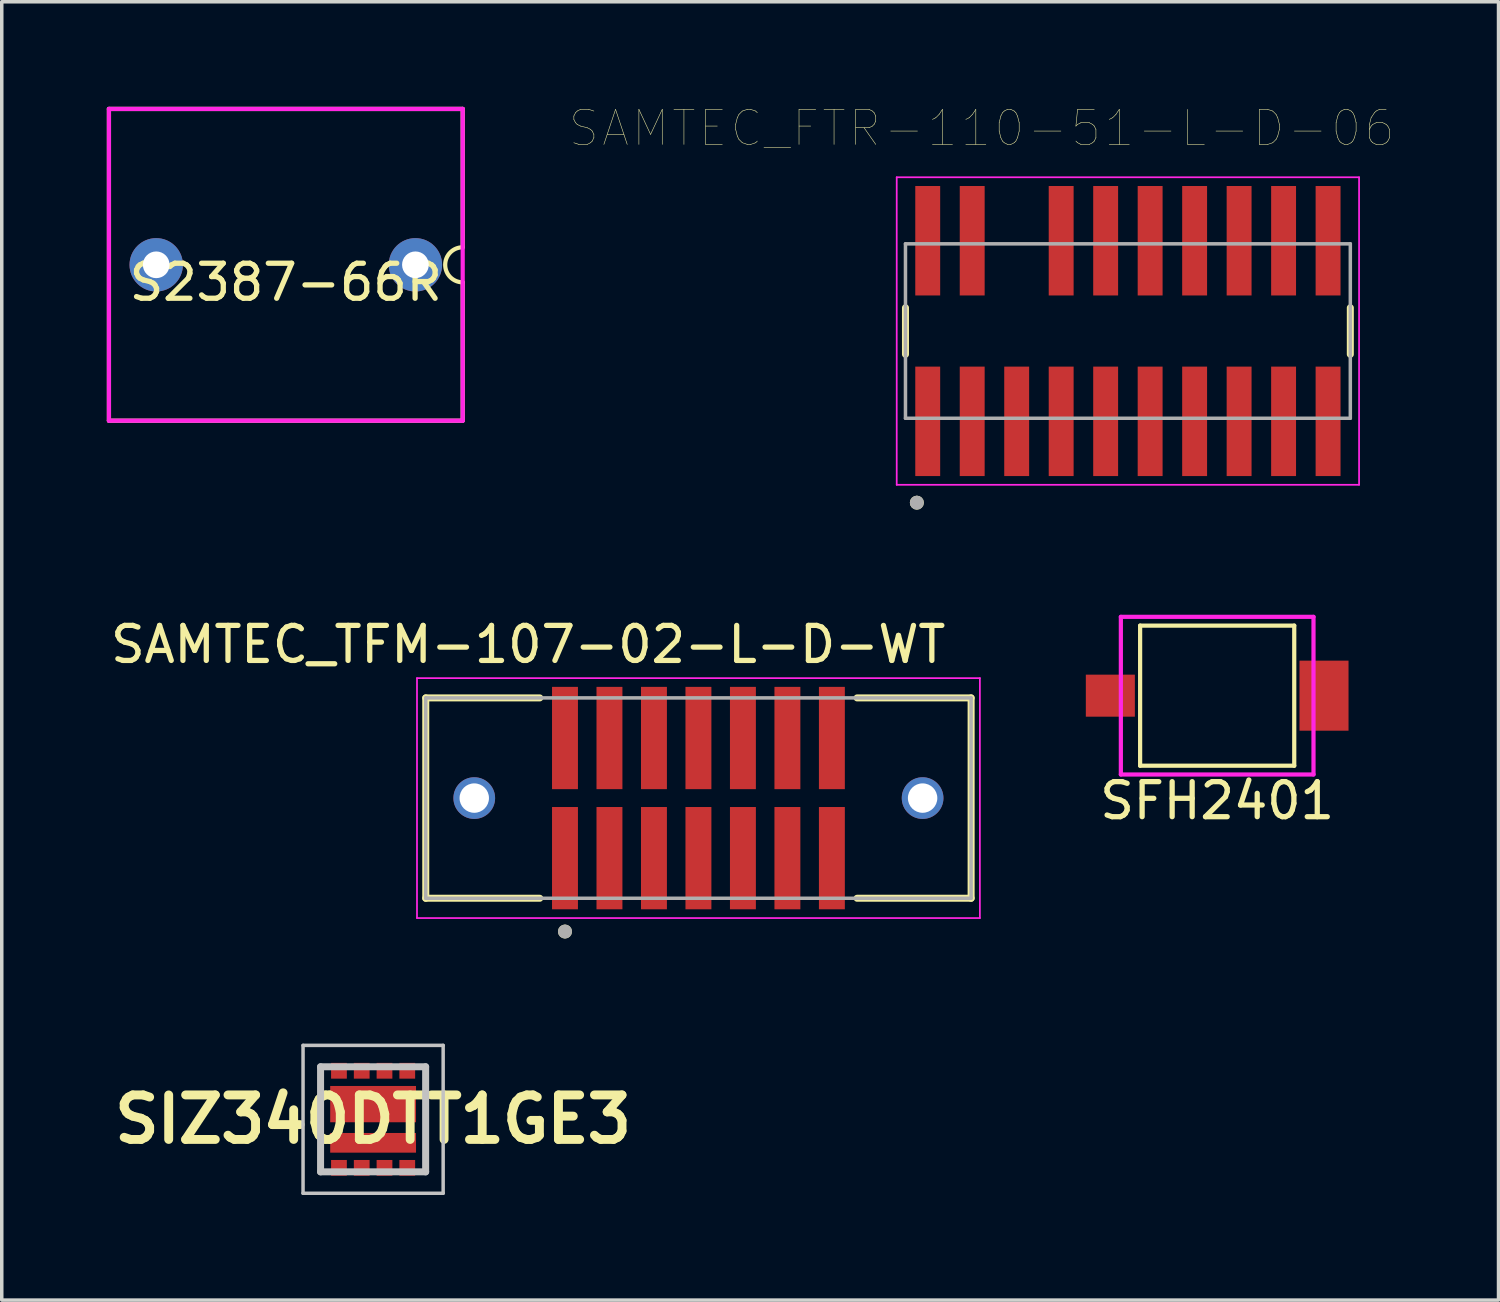
<source format=kicad_pcb>
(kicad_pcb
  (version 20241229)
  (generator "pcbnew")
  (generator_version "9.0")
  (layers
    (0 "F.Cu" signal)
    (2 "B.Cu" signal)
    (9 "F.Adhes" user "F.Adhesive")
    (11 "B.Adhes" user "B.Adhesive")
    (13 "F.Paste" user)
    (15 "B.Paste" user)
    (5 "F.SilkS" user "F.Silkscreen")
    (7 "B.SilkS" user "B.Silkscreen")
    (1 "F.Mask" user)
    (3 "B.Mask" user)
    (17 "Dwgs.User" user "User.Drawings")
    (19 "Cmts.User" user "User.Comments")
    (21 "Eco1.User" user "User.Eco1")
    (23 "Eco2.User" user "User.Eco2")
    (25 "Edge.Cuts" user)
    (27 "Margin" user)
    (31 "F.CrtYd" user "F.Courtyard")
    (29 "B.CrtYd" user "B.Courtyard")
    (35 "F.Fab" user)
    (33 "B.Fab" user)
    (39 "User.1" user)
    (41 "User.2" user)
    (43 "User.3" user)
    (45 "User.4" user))
  (footprint "SIZ340DTT1GE3"
    (layer "F.Cu")
    (at 7.602 28.906)
    (property "Reference" "SIZ340DTT1GE3" (at 0 0 0) (layer "F.SilkS") (effects (font (size 1.27 1.27) (thickness 0.254))))
    (attr smd)
    (fp_line (start -1.5 -1.5) (end -1.5 1.5) (stroke (width 0.1) (type solid)) (layer "F.SilkS"))
    (fp_line (start 1.5 1.5) (end 1.5 -1.5) (stroke (width 0.1) (type solid)) (layer "F.SilkS"))
    (fp_line (start -2 -2.111) (end 2 -2.111) (stroke (width 0.1) (type solid)) (layer "Dwgs.User"))
    (fp_line (start -2 2.111) (end -2 -2.111) (stroke (width 0.1) (type solid)) (layer "Dwgs.User"))
    (fp_line (start -1.5 -1.5) (end 1.5 -1.5) (stroke (width 0.2) (type solid)) (layer "Dwgs.User"))
    (fp_line (start -1.5 1.5) (end -1.5 -1.5) (stroke (width 0.2) (type solid)) (layer "Dwgs.User"))
    (fp_line (start 1.5 -1.5) (end 1.5 1.5) (stroke (width 0.2) (type solid)) (layer "Dwgs.User"))
    (fp_line (start 1.5 1.5) (end -1.5 1.5) (stroke (width 0.2) (type solid)) (layer "Dwgs.User"))
    (fp_line (start 2 -2.111) (end 2 2.111) (stroke (width 0.1) (type solid)) (layer "Dwgs.User"))
    (fp_line (start 2 2.111) (end -2 2.111) (stroke (width 0.1) (type solid)) (layer "Dwgs.User"))
    (pad "1" smd rect (at -0.975 1.386 90) (size 0.45 0.45) (layers "F.Cu" "F.Mask" "F.Paste"))
    (pad "2" smd rect (at -0.325 1.386 90) (size 0.45 0.45) (layers "F.Cu" "F.Mask" "F.Paste"))
    (pad "3" smd rect (at 0.325 1.386 90) (size 0.45 0.45) (layers "F.Cu" "F.Mask" "F.Paste"))
    (pad "4" smd rect (at 0.975 1.386 90) (size 0.45 0.45) (layers "F.Cu" "F.Mask" "F.Paste"))
    (pad "5" smd rect (at 0.975 -1.386 90) (size 0.45 0.45) (layers "F.Cu" "F.Mask" "F.Paste"))
    (pad "6" smd rect (at 0.325 -1.386 90) (size 0.45 0.45) (layers "F.Cu" "F.Mask" "F.Paste"))
    (pad "7" smd rect (at -0.325 -1.386 90) (size 0.45 0.45) (layers "F.Cu" "F.Mask" "F.Paste"))
    (pad "8" smd rect (at -0.975 -1.386 90) (size 0.45 0.45) (layers "F.Cu" "F.Mask" "F.Paste"))
    (pad "9" smd rect (at 0 -0.434 90) (size 1.036 2.45) (layers "F.Cu" "F.Mask" "F.Paste"))
    (pad "10" smd rect (at 0 0.671 90) (size 0.562 2.45) (layers "F.Cu" "F.Mask" "F.Paste")))
  (footprint "SAMTEC_FTR-110-51-L-D-06"
    (layer "F.Cu")
    (at 29.151 6.401)
    (property "Reference" "SAMTEC_FTR-110-51-L-D-06" (at -4.175 -5.79 0) (layer "F.SilkS") (effects (font (size 1 1) (thickness 0.015))))
    (attr through_hole)
    (fp_line (start -6.35 0.665) (end -6.35 -0.665) (stroke (width 0.2) (type solid)) (layer "F.SilkS"))
    (fp_line (start 6.35 0.665) (end 6.35 -0.665) (stroke (width 0.2) (type solid)) (layer "F.SilkS"))
    (fp_circle (center -6.025 4.9) (end -5.925 4.9) (stroke (width 0.2) (type solid)) (fill no) (layer "F.SilkS"))
    (fp_line (start -6.6 -4.39) (end 6.6 -4.39) (stroke (width 0.05) (type solid)) (layer "F.CrtYd"))
    (fp_line (start -6.6 4.39) (end -6.6 -4.39) (stroke (width 0.05) (type solid)) (layer "F.CrtYd"))
    (fp_line (start 6.6 -4.39) (end 6.6 4.39) (stroke (width 0.05) (type solid)) (layer "F.CrtYd"))
    (fp_line (start 6.6 4.39) (end -6.6 4.39) (stroke (width 0.05) (type solid)) (layer "F.CrtYd"))
    (fp_line (start -6.35 -2.49) (end 6.35 -2.49) (stroke (width 0.1) (type solid)) (layer "F.Fab"))
    (fp_line (start -6.35 2.49) (end -6.35 -2.49) (stroke (width 0.1) (type solid)) (layer "F.Fab"))
    (fp_line (start 6.35 -2.49) (end 6.35 2.49) (stroke (width 0.1) (type solid)) (layer "F.Fab"))
    (fp_line (start 6.35 2.49) (end -6.35 2.49) (stroke (width 0.1) (type solid)) (layer "F.Fab"))
    (fp_circle (center -6.025 4.9) (end -5.925 4.9) (stroke (width 0.2) (type solid)) (fill no) (layer "F.Fab"))
    (pad "1" smd rect (at -5.715 2.578) (size 0.711 3.125) (layers "F.Cu" "F.Mask" "F.Paste"))
    (pad "2" smd rect (at -5.715 -2.578) (size 0.711 3.125) (layers "F.Cu" "F.Mask" "F.Paste"))
    (pad "3" smd rect (at -4.445 2.578) (size 0.711 3.125) (layers "F.Cu" "F.Mask" "F.Paste"))
    (pad "4" smd rect (at -4.445 -2.578) (size 0.711 3.125) (layers "F.Cu" "F.Mask" "F.Paste"))
    (pad "5" smd rect (at -3.175 2.578) (size 0.711 3.125) (layers "F.Cu" "F.Mask" "F.Paste"))
    (pad "7" smd rect (at -1.905 2.578) (size 0.711 3.125) (layers "F.Cu" "F.Mask" "F.Paste"))
    (pad "8" smd rect (at -1.905 -2.578) (size 0.711 3.125) (layers "F.Cu" "F.Mask" "F.Paste"))
    (pad "9" smd rect (at -0.635 2.578) (size 0.711 3.125) (layers "F.Cu" "F.Mask" "F.Paste"))
    (pad "10" smd rect (at -0.635 -2.578) (size 0.711 3.125) (layers "F.Cu" "F.Mask" "F.Paste"))
    (pad "11" smd rect (at 0.635 2.578) (size 0.711 3.125) (layers "F.Cu" "F.Mask" "F.Paste"))
    (pad "12" smd rect (at 0.635 -2.578) (size 0.711 3.125) (layers "F.Cu" "F.Mask" "F.Paste"))
    (pad "13" smd rect (at 1.905 2.578) (size 0.711 3.125) (layers "F.Cu" "F.Mask" "F.Paste"))
    (pad "14" smd rect (at 1.905 -2.578) (size 0.711 3.125) (layers "F.Cu" "F.Mask" "F.Paste"))
    (pad "15" smd rect (at 3.175 2.578) (size 0.711 3.125) (layers "F.Cu" "F.Mask" "F.Paste"))
    (pad "16" smd rect (at 3.175 -2.578) (size 0.711 3.125) (layers "F.Cu" "F.Mask" "F.Paste"))
    (pad "17" smd rect (at 4.445 2.578) (size 0.711 3.125) (layers "F.Cu" "F.Mask" "F.Paste"))
    (pad "18" smd rect (at 4.445 -2.578) (size 0.711 3.125) (layers "F.Cu" "F.Mask" "F.Paste"))
    (pad "19" smd rect (at 5.715 2.578) (size 0.711 3.125) (layers "F.Cu" "F.Mask" "F.Paste"))
    (pad "20" smd rect (at 5.715 -2.578) (size 0.711 3.125) (layers "F.Cu" "F.Mask" "F.Paste")))
  (footprint "S2387-66R"
    (layer "F.Cu")
    (at 5.11 4.51)
    (property "Reference" "S2387-66R" (at 0 0.5 0) (layer "F.SilkS") (effects (font (size 1 1) (thickness 0.15))))
    (attr through_hole)
    (fp_line (start -5.05 -4.45) (end 5.05 -4.45) (stroke (width 0.12) (type solid)) (layer "F.SilkS"))
    (fp_line (start -5.05 4.45) (end -5.05 -4.45) (stroke (width 0.12) (type solid)) (layer "F.SilkS"))
    (fp_line (start 5.05 -4.45) (end 5.05 -0.5) (stroke (width 0.12) (type solid)) (layer "F.SilkS"))
    (fp_line (start 5.05 0.5) (end 5.05 4.45) (stroke (width 0.12) (type solid)) (layer "F.SilkS"))
    (fp_line (start 5.05 4.45) (end -5.05 4.45) (stroke (width 0.12) (type solid)) (layer "F.SilkS"))
    (fp_arc (start 5.05 0.5) (mid 4.55 0) (end 5.05 -0.5) (stroke (width 0.12) (type solid)) (layer "F.SilkS"))
    (fp_line (start -5.05 -4.45) (end 5.05 -4.45) (stroke (width 0.12) (type solid)) (layer "F.CrtYd"))
    (fp_line (start -5.05 4.45) (end -5.05 -4.45) (stroke (width 0.12) (type solid)) (layer "F.CrtYd"))
    (fp_line (start 5.05 -4.45) (end 5.05 4.45) (stroke (width 0.12) (type solid)) (layer "F.CrtYd"))
    (fp_line (start 5.05 4.45) (end -5.05 4.45) (stroke (width 0.12) (type solid)) (layer "F.CrtYd"))
    (pad "1" thru_hole circle (at -3.7 0) (size 1.524 1.524) (drill 0.762) (layers "*.Cu" "*.Mask"))
    (pad "2" thru_hole circle (at 3.7 0) (size 1.524 1.524) (drill 0.762) (layers "*.Cu" "*.Mask")))
  (footprint "SAMTEC_TFM-107-02-L-D-WT"
    (layer "F.Cu")
    (at 16.89 19.735)
    (property "Reference" "SAMTEC_TFM-107-02-L-D-WT" (at -4.86 -4.385 0) (layer "F.SilkS") (effects (font (size 1 1) (thickness 0.15))))
    (attr smd)
    (fp_line (start -7.785 -2.86) (end -7.785 2.86) (stroke (width 0.2) (type solid)) (layer "F.SilkS"))
    (fp_line (start -7.785 -2.86) (end -4.53 -2.86) (stroke (width 0.2) (type solid)) (layer "F.SilkS"))
    (fp_line (start -7.785 2.86) (end -4.53 2.86) (stroke (width 0.2) (type solid)) (layer "F.SilkS"))
    (fp_line (start 7.785 -2.86) (end 4.53 -2.86) (stroke (width 0.2) (type solid)) (layer "F.SilkS"))
    (fp_line (start 7.785 -2.86) (end 7.785 2.86) (stroke (width 0.2) (type solid)) (layer "F.SilkS"))
    (fp_line (start 7.785 2.86) (end 4.53 2.86) (stroke (width 0.2) (type solid)) (layer "F.SilkS"))
    (fp_circle (center -3.81 3.81) (end -3.71 3.81) (stroke (width 0.2) (type solid)) (fill no) (layer "F.SilkS"))
    (fp_circle (center -6.4 0) (end -5.923 0) (stroke (width 0.955) (type solid)) (fill no) (layer "F.Paste"))
    (fp_circle (center 6.4 0) (end 6.878 0) (stroke (width 0.955) (type solid)) (fill no) (layer "F.Paste"))
    (fp_line (start -8.035 -3.425) (end -8.035 3.425) (stroke (width 0.05) (type solid)) (layer "F.CrtYd"))
    (fp_line (start -8.035 -3.425) (end 8.035 -3.425) (stroke (width 0.05) (type solid)) (layer "F.CrtYd"))
    (fp_line (start 8.035 -3.425) (end 8.035 3.425) (stroke (width 0.05) (type solid)) (layer "F.CrtYd"))
    (fp_line (start 8.035 3.425) (end -8.035 3.425) (stroke (width 0.05) (type solid)) (layer "F.CrtYd"))
    (fp_line (start -7.785 -2.86) (end -7.785 2.86) (stroke (width 0.1) (type solid)) (layer "F.Fab"))
    (fp_line (start -7.785 -2.86) (end 7.785 -2.86) (stroke (width 0.1) (type solid)) (layer "F.Fab"))
    (fp_line (start -7.785 2.86) (end 7.785 2.86) (stroke (width 0.1) (type solid)) (layer "F.Fab"))
    (fp_line (start 7.785 -2.86) (end 7.785 2.86) (stroke (width 0.1) (type solid)) (layer "F.Fab"))
    (fp_circle (center -3.81 3.81) (end -3.71 3.81) (stroke (width 0.2) (type solid)) (fill no) (layer "F.Fab"))
    (pad "01" smd rect (at -3.81 1.715) (size 0.74 2.92) (layers "F.Cu" "F.Mask" "F.Paste"))
    (pad "02" smd rect (at -3.81 -1.715) (size 0.74 2.92) (layers "F.Cu" "F.Mask" "F.Paste"))
    (pad "03" smd rect (at -2.54 1.715) (size 0.74 2.92) (layers "F.Cu" "F.Mask" "F.Paste"))
    (pad "04" smd rect (at -2.54 -1.715) (size 0.74 2.92) (layers "F.Cu" "F.Mask" "F.Paste"))
    (pad "05" smd rect (at -1.27 1.715) (size 0.74 2.92) (layers "F.Cu" "F.Mask" "F.Paste"))
    (pad "06" smd rect (at -1.27 -1.715) (size 0.74 2.92) (layers "F.Cu" "F.Mask" "F.Paste"))
    (pad "07" smd rect (at 0 1.715) (size 0.74 2.92) (layers "F.Cu" "F.Mask" "F.Paste"))
    (pad "08" smd rect (at 0 -1.715) (size 0.74 2.92) (layers "F.Cu" "F.Mask" "F.Paste"))
    (pad "09" smd rect (at 1.27 1.715) (size 0.74 2.92) (layers "F.Cu" "F.Mask" "F.Paste"))
    (pad "10" smd rect (at 1.27 -1.715) (size 0.74 2.92) (layers "F.Cu" "F.Mask" "F.Paste"))
    (pad "11" smd rect (at 2.54 1.715) (size 0.74 2.92) (layers "F.Cu" "F.Mask" "F.Paste"))
    (pad "12" smd rect (at 2.54 -1.715) (size 0.74 2.92) (layers "F.Cu" "F.Mask" "F.Paste"))
    (pad "13" smd rect (at 3.81 1.715) (size 0.74 2.92) (layers "F.Cu" "F.Mask" "F.Paste"))
    (pad "14" smd rect (at 3.81 -1.715) (size 0.74 2.92) (layers "F.Cu" "F.Mask" "F.Paste"))
    (pad "S1" thru_hole circle (at 6.4 0) (size 1.19 1.19) (drill 0.84) (layers "*.Cu" "*.Mask"))
    (pad "S2" thru_hole circle (at -6.4 0) (size 1.19 1.19) (drill 0.84) (layers "*.Cu" "*.Mask")))
  (footprint "SFH2401"
    (layer "F.Cu")
    (at 31.7 16.811)
    (property "Reference" "SFH2401" (at 0 3 0) (layer "F.SilkS") (effects (font (size 1 1) (thickness 0.15))))
    (attr through_hole)
    (fp_line (start -2.2 -2) (end 2.2 -2) (stroke (width 0.12) (type solid)) (layer "F.SilkS"))
    (fp_line (start -2.2 2) (end -2.2 -2) (stroke (width 0.12) (type solid)) (layer "F.SilkS"))
    (fp_line (start 2.2 -2) (end 2.2 2) (stroke (width 0.12) (type solid)) (layer "F.SilkS"))
    (fp_line (start 2.2 2) (end -2.2 2) (stroke (width 0.12) (type solid)) (layer "F.SilkS"))
    (fp_line (start -2.75 -2.25) (end 2.75 -2.25) (stroke (width 0.12) (type solid)) (layer "F.CrtYd"))
    (fp_line (start -2.75 2.25) (end -2.75 -2.25) (stroke (width 0.12) (type solid)) (layer "F.CrtYd"))
    (fp_line (start 2.75 -2.25) (end 2.75 2.25) (stroke (width 0.12) (type solid)) (layer "F.CrtYd"))
    (fp_line (start 2.75 2.25) (end -2.75 2.25) (stroke (width 0.12) (type solid)) (layer "F.CrtYd"))
    (pad "1" smd rect (at 3.05 0) (size 1.4 2) (layers "F.Cu" "F.Mask" "F.Paste"))
    (pad "2" smd rect (at -3.05 0) (size 1.4 1.2) (layers "F.Cu" "F.Mask" "F.Paste")))
  (gr_rect
    (start -3 -3)
    (end 39.732 34.067)
    (stroke (width 0.1) (type default))
    (fill no)
    (layer "Edge.Cuts")))
</source>
